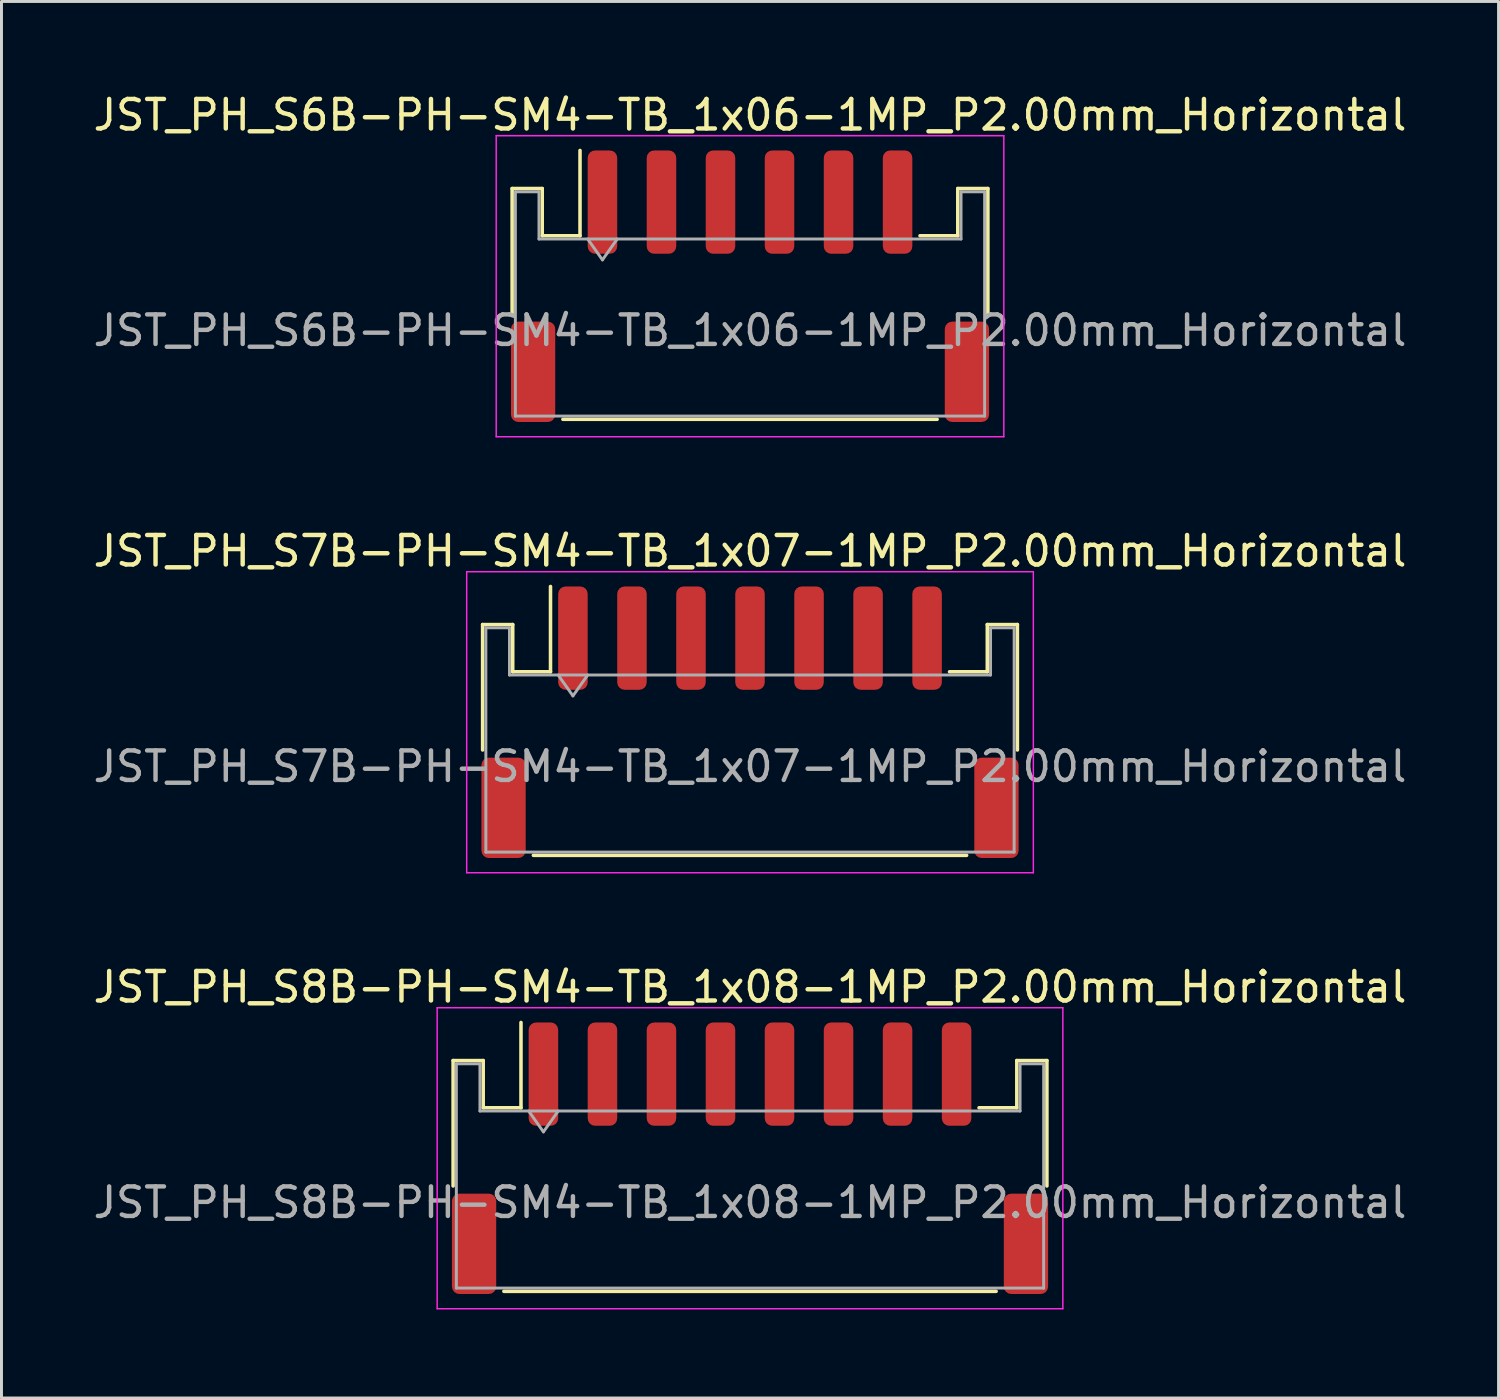
<source format=kicad_pcb>
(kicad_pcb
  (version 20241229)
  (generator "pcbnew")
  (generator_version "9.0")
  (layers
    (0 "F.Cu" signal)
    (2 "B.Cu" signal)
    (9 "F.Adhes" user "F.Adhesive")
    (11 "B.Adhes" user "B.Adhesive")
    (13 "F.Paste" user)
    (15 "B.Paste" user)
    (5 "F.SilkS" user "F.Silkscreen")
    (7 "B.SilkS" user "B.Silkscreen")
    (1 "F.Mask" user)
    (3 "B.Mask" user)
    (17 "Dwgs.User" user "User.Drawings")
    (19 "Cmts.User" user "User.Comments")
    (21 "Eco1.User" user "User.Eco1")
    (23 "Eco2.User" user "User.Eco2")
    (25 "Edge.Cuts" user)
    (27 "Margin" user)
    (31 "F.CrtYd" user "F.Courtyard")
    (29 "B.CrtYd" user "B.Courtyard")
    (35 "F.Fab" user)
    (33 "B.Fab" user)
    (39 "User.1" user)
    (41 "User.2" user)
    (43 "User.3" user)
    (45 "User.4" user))
  (footprint "JST_PH_S6B-PH-SM4-TB_1x06-1MP_P2.00mm_Horizontal"
    (layer "F.Cu")
    (at 22.363 6.648)
    (property "Reference" "JST_PH_S6B-PH-SM4-TB_1x06-1MP_P2.00mm_Horizontal" (at 0 -5.8 0) (layer "F.SilkS") (effects (font (size 1 1) (thickness 0.15))))
    (attr smd)
    (fp_line (start -8.06 -3.31) (end -7.04 -3.31) (stroke (width 0.12) (type solid)) (layer "F.SilkS"))
    (fp_line (start -8.06 0.94) (end -8.06 -3.31) (stroke (width 0.12) (type solid)) (layer "F.SilkS"))
    (fp_line (start -7.04 -3.31) (end -7.04 -1.71) (stroke (width 0.12) (type solid)) (layer "F.SilkS"))
    (fp_line (start -7.04 -1.71) (end -5.76 -1.71) (stroke (width 0.12) (type solid)) (layer "F.SilkS"))
    (fp_line (start -6.34 4.51) (end 6.34 4.51) (stroke (width 0.12) (type solid)) (layer "F.SilkS"))
    (fp_line (start -5.76 -1.71) (end -5.76 -4.6) (stroke (width 0.12) (type solid)) (layer "F.SilkS"))
    (fp_line (start 7.04 -3.31) (end 7.04 -1.71) (stroke (width 0.12) (type solid)) (layer "F.SilkS"))
    (fp_line (start 7.04 -1.71) (end 5.76 -1.71) (stroke (width 0.12) (type solid)) (layer "F.SilkS"))
    (fp_line (start 8.06 -3.31) (end 7.04 -3.31) (stroke (width 0.12) (type solid)) (layer "F.SilkS"))
    (fp_line (start 8.06 0.94) (end 8.06 -3.31) (stroke (width 0.12) (type solid)) (layer "F.SilkS"))
    (fp_line (start -8.6 -5.1) (end -8.6 5.1) (stroke (width 0.05) (type solid)) (layer "F.CrtYd"))
    (fp_line (start -8.6 5.1) (end 8.6 5.1) (stroke (width 0.05) (type solid)) (layer "F.CrtYd"))
    (fp_line (start 8.6 -5.1) (end -8.6 -5.1) (stroke (width 0.05) (type solid)) (layer "F.CrtYd"))
    (fp_line (start 8.6 5.1) (end 8.6 -5.1) (stroke (width 0.05) (type solid)) (layer "F.CrtYd"))
    (fp_line (start -7.95 -3.2) (end -7.95 4.4) (stroke (width 0.1) (type solid)) (layer "F.Fab"))
    (fp_line (start -7.95 -3.2) (end -7.15 -3.2) (stroke (width 0.1) (type solid)) (layer "F.Fab"))
    (fp_line (start -7.95 4.4) (end 7.95 4.4) (stroke (width 0.1) (type solid)) (layer "F.Fab"))
    (fp_line (start -7.15 -3.2) (end -7.15 -1.6) (stroke (width 0.1) (type solid)) (layer "F.Fab"))
    (fp_line (start -7.15 -1.6) (end 7.15 -1.6) (stroke (width 0.1) (type solid)) (layer "F.Fab"))
    (fp_line (start -5.5 -1.6) (end -5 -0.893) (stroke (width 0.1) (type solid)) (layer "F.Fab"))
    (fp_line (start -5 -0.893) (end -4.5 -1.6) (stroke (width 0.1) (type solid)) (layer "F.Fab"))
    (fp_line (start 7.15 -3.2) (end 7.95 -3.2) (stroke (width 0.1) (type solid)) (layer "F.Fab"))
    (fp_line (start 7.15 -1.6) (end 7.15 -3.2) (stroke (width 0.1) (type solid)) (layer "F.Fab"))
    (fp_line (start 7.95 -3.2) (end 7.95 4.4) (stroke (width 0.1) (type solid)) (layer "F.Fab"))
    (fp_text user "${REFERENCE}" (at 0 1.5 0) (layer "F.Fab") (effects (font (size 1 1) (thickness 0.15))))
    (pad "1" smd roundrect (at -5 -2.85) (size 1 3.5) (layers "F.Cu" "F.Mask" "F.Paste") (roundrect_rratio 0.25))
    (pad "2" smd roundrect (at -3 -2.85) (size 1 3.5) (layers "F.Cu" "F.Mask" "F.Paste") (roundrect_rratio 0.25))
    (pad "3" smd roundrect (at -1 -2.85) (size 1 3.5) (layers "F.Cu" "F.Mask" "F.Paste") (roundrect_rratio 0.25))
    (pad "4" smd roundrect (at 1 -2.85) (size 1 3.5) (layers "F.Cu" "F.Mask" "F.Paste") (roundrect_rratio 0.25))
    (pad "5" smd roundrect (at 3 -2.85) (size 1 3.5) (layers "F.Cu" "F.Mask" "F.Paste") (roundrect_rratio 0.25))
    (pad "6" smd roundrect (at 5 -2.85) (size 1 3.5) (layers "F.Cu" "F.Mask" "F.Paste") (roundrect_rratio 0.25))
    (pad "MP" smd roundrect (at -7.35 2.9) (size 1.5 3.4) (layers "F.Cu" "F.Mask" "F.Paste") (roundrect_rratio 0.167))
    (pad "MP" smd roundrect (at 7.35 2.9) (size 1.5 3.4) (layers "F.Cu" "F.Mask" "F.Paste") (roundrect_rratio 0.167)))
  (footprint "JST_PH_S7B-PH-SM4-TB_1x07-1MP_P2.00mm_Horizontal"
    (layer "F.Cu")
    (at 22.363 21.422)
    (property "Reference" "JST_PH_S7B-PH-SM4-TB_1x07-1MP_P2.00mm_Horizontal" (at 0 -5.8 0) (layer "F.SilkS") (effects (font (size 1 1) (thickness 0.15))))
    (attr smd)
    (fp_line (start -9.06 -3.31) (end -8.04 -3.31) (stroke (width 0.12) (type solid)) (layer "F.SilkS"))
    (fp_line (start -9.06 0.94) (end -9.06 -3.31) (stroke (width 0.12) (type solid)) (layer "F.SilkS"))
    (fp_line (start -8.04 -3.31) (end -8.04 -1.71) (stroke (width 0.12) (type solid)) (layer "F.SilkS"))
    (fp_line (start -8.04 -1.71) (end -6.76 -1.71) (stroke (width 0.12) (type solid)) (layer "F.SilkS"))
    (fp_line (start -7.34 4.51) (end 7.34 4.51) (stroke (width 0.12) (type solid)) (layer "F.SilkS"))
    (fp_line (start -6.76 -1.71) (end -6.76 -4.6) (stroke (width 0.12) (type solid)) (layer "F.SilkS"))
    (fp_line (start 8.04 -3.31) (end 8.04 -1.71) (stroke (width 0.12) (type solid)) (layer "F.SilkS"))
    (fp_line (start 8.04 -1.71) (end 6.76 -1.71) (stroke (width 0.12) (type solid)) (layer "F.SilkS"))
    (fp_line (start 9.06 -3.31) (end 8.04 -3.31) (stroke (width 0.12) (type solid)) (layer "F.SilkS"))
    (fp_line (start 9.06 0.94) (end 9.06 -3.31) (stroke (width 0.12) (type solid)) (layer "F.SilkS"))
    (fp_line (start -9.6 -5.1) (end -9.6 5.1) (stroke (width 0.05) (type solid)) (layer "F.CrtYd"))
    (fp_line (start -9.6 5.1) (end 9.6 5.1) (stroke (width 0.05) (type solid)) (layer "F.CrtYd"))
    (fp_line (start 9.6 -5.1) (end -9.6 -5.1) (stroke (width 0.05) (type solid)) (layer "F.CrtYd"))
    (fp_line (start 9.6 5.1) (end 9.6 -5.1) (stroke (width 0.05) (type solid)) (layer "F.CrtYd"))
    (fp_line (start -8.95 -3.2) (end -8.95 4.4) (stroke (width 0.1) (type solid)) (layer "F.Fab"))
    (fp_line (start -8.95 -3.2) (end -8.15 -3.2) (stroke (width 0.1) (type solid)) (layer "F.Fab"))
    (fp_line (start -8.95 4.4) (end 8.95 4.4) (stroke (width 0.1) (type solid)) (layer "F.Fab"))
    (fp_line (start -8.15 -3.2) (end -8.15 -1.6) (stroke (width 0.1) (type solid)) (layer "F.Fab"))
    (fp_line (start -8.15 -1.6) (end 8.15 -1.6) (stroke (width 0.1) (type solid)) (layer "F.Fab"))
    (fp_line (start -6.5 -1.6) (end -6 -0.893) (stroke (width 0.1) (type solid)) (layer "F.Fab"))
    (fp_line (start -6 -0.893) (end -5.5 -1.6) (stroke (width 0.1) (type solid)) (layer "F.Fab"))
    (fp_line (start 8.15 -3.2) (end 8.95 -3.2) (stroke (width 0.1) (type solid)) (layer "F.Fab"))
    (fp_line (start 8.15 -1.6) (end 8.15 -3.2) (stroke (width 0.1) (type solid)) (layer "F.Fab"))
    (fp_line (start 8.95 -3.2) (end 8.95 4.4) (stroke (width 0.1) (type solid)) (layer "F.Fab"))
    (fp_text user "${REFERENCE}" (at 0 1.5 0) (layer "F.Fab") (effects (font (size 1 1) (thickness 0.15))))
    (pad "1" smd roundrect (at -6 -2.85) (size 1 3.5) (layers "F.Cu" "F.Mask" "F.Paste") (roundrect_rratio 0.25))
    (pad "2" smd roundrect (at -4 -2.85) (size 1 3.5) (layers "F.Cu" "F.Mask" "F.Paste") (roundrect_rratio 0.25))
    (pad "3" smd roundrect (at -2 -2.85) (size 1 3.5) (layers "F.Cu" "F.Mask" "F.Paste") (roundrect_rratio 0.25))
    (pad "4" smd roundrect (at 0 -2.85) (size 1 3.5) (layers "F.Cu" "F.Mask" "F.Paste") (roundrect_rratio 0.25))
    (pad "5" smd roundrect (at 2 -2.85) (size 1 3.5) (layers "F.Cu" "F.Mask" "F.Paste") (roundrect_rratio 0.25))
    (pad "6" smd roundrect (at 4 -2.85) (size 1 3.5) (layers "F.Cu" "F.Mask" "F.Paste") (roundrect_rratio 0.25))
    (pad "7" smd roundrect (at 6 -2.85) (size 1 3.5) (layers "F.Cu" "F.Mask" "F.Paste") (roundrect_rratio 0.25))
    (pad "MP" smd roundrect (at -8.35 2.9) (size 1.5 3.4) (layers "F.Cu" "F.Mask" "F.Paste") (roundrect_rratio 0.167))
    (pad "MP" smd roundrect (at 8.35 2.9) (size 1.5 3.4) (layers "F.Cu" "F.Mask" "F.Paste") (roundrect_rratio 0.167)))
  (footprint "JST_PH_S8B-PH-SM4-TB_1x08-1MP_P2.00mm_Horizontal"
    (layer "F.Cu")
    (at 22.363 36.195)
    (property "Reference" "JST_PH_S8B-PH-SM4-TB_1x08-1MP_P2.00mm_Horizontal" (at 0 -5.8 0) (layer "F.SilkS") (effects (font (size 1 1) (thickness 0.15))))
    (attr smd)
    (fp_line (start -10.06 -3.31) (end -9.04 -3.31) (stroke (width 0.12) (type solid)) (layer "F.SilkS"))
    (fp_line (start -10.06 0.94) (end -10.06 -3.31) (stroke (width 0.12) (type solid)) (layer "F.SilkS"))
    (fp_line (start -9.04 -3.31) (end -9.04 -1.71) (stroke (width 0.12) (type solid)) (layer "F.SilkS"))
    (fp_line (start -9.04 -1.71) (end -7.76 -1.71) (stroke (width 0.12) (type solid)) (layer "F.SilkS"))
    (fp_line (start -8.34 4.51) (end 8.34 4.51) (stroke (width 0.12) (type solid)) (layer "F.SilkS"))
    (fp_line (start -7.76 -1.71) (end -7.76 -4.6) (stroke (width 0.12) (type solid)) (layer "F.SilkS"))
    (fp_line (start 9.04 -3.31) (end 9.04 -1.71) (stroke (width 0.12) (type solid)) (layer "F.SilkS"))
    (fp_line (start 9.04 -1.71) (end 7.76 -1.71) (stroke (width 0.12) (type solid)) (layer "F.SilkS"))
    (fp_line (start 10.06 -3.31) (end 9.04 -3.31) (stroke (width 0.12) (type solid)) (layer "F.SilkS"))
    (fp_line (start 10.06 0.94) (end 10.06 -3.31) (stroke (width 0.12) (type solid)) (layer "F.SilkS"))
    (fp_line (start -10.6 -5.1) (end -10.6 5.1) (stroke (width 0.05) (type solid)) (layer "F.CrtYd"))
    (fp_line (start -10.6 5.1) (end 10.6 5.1) (stroke (width 0.05) (type solid)) (layer "F.CrtYd"))
    (fp_line (start 10.6 -5.1) (end -10.6 -5.1) (stroke (width 0.05) (type solid)) (layer "F.CrtYd"))
    (fp_line (start 10.6 5.1) (end 10.6 -5.1) (stroke (width 0.05) (type solid)) (layer "F.CrtYd"))
    (fp_line (start -9.95 -3.2) (end -9.95 4.4) (stroke (width 0.1) (type solid)) (layer "F.Fab"))
    (fp_line (start -9.95 -3.2) (end -9.15 -3.2) (stroke (width 0.1) (type solid)) (layer "F.Fab"))
    (fp_line (start -9.95 4.4) (end 9.95 4.4) (stroke (width 0.1) (type solid)) (layer "F.Fab"))
    (fp_line (start -9.15 -3.2) (end -9.15 -1.6) (stroke (width 0.1) (type solid)) (layer "F.Fab"))
    (fp_line (start -9.15 -1.6) (end 9.15 -1.6) (stroke (width 0.1) (type solid)) (layer "F.Fab"))
    (fp_line (start -7.5 -1.6) (end -7 -0.893) (stroke (width 0.1) (type solid)) (layer "F.Fab"))
    (fp_line (start -7 -0.893) (end -6.5 -1.6) (stroke (width 0.1) (type solid)) (layer "F.Fab"))
    (fp_line (start 9.15 -3.2) (end 9.95 -3.2) (stroke (width 0.1) (type solid)) (layer "F.Fab"))
    (fp_line (start 9.15 -1.6) (end 9.15 -3.2) (stroke (width 0.1) (type solid)) (layer "F.Fab"))
    (fp_line (start 9.95 -3.2) (end 9.95 4.4) (stroke (width 0.1) (type solid)) (layer "F.Fab"))
    (fp_text user "${REFERENCE}" (at 0 1.5 0) (layer "F.Fab") (effects (font (size 1 1) (thickness 0.15))))
    (pad "1" smd roundrect (at -7 -2.85) (size 1 3.5) (layers "F.Cu" "F.Mask" "F.Paste") (roundrect_rratio 0.25))
    (pad "2" smd roundrect (at -5 -2.85) (size 1 3.5) (layers "F.Cu" "F.Mask" "F.Paste") (roundrect_rratio 0.25))
    (pad "3" smd roundrect (at -3 -2.85) (size 1 3.5) (layers "F.Cu" "F.Mask" "F.Paste") (roundrect_rratio 0.25))
    (pad "4" smd roundrect (at -1 -2.85) (size 1 3.5) (layers "F.Cu" "F.Mask" "F.Paste") (roundrect_rratio 0.25))
    (pad "5" smd roundrect (at 1 -2.85) (size 1 3.5) (layers "F.Cu" "F.Mask" "F.Paste") (roundrect_rratio 0.25))
    (pad "6" smd roundrect (at 3 -2.85) (size 1 3.5) (layers "F.Cu" "F.Mask" "F.Paste") (roundrect_rratio 0.25))
    (pad "7" smd roundrect (at 5 -2.85) (size 1 3.5) (layers "F.Cu" "F.Mask" "F.Paste") (roundrect_rratio 0.25))
    (pad "8" smd roundrect (at 7 -2.85) (size 1 3.5) (layers "F.Cu" "F.Mask" "F.Paste") (roundrect_rratio 0.25))
    (pad "MP" smd roundrect (at -9.35 2.9) (size 1.5 3.4) (layers "F.Cu" "F.Mask" "F.Paste") (roundrect_rratio 0.167))
    (pad "MP" smd roundrect (at 9.35 2.9) (size 1.5 3.4) (layers "F.Cu" "F.Mask" "F.Paste") (roundrect_rratio 0.167)))
  (gr_rect
    (start -3 -3)
    (end 47.726 44.32)
    (stroke (width 0.1) (type default))
    (fill no)
    (layer "Edge.Cuts")))
</source>
